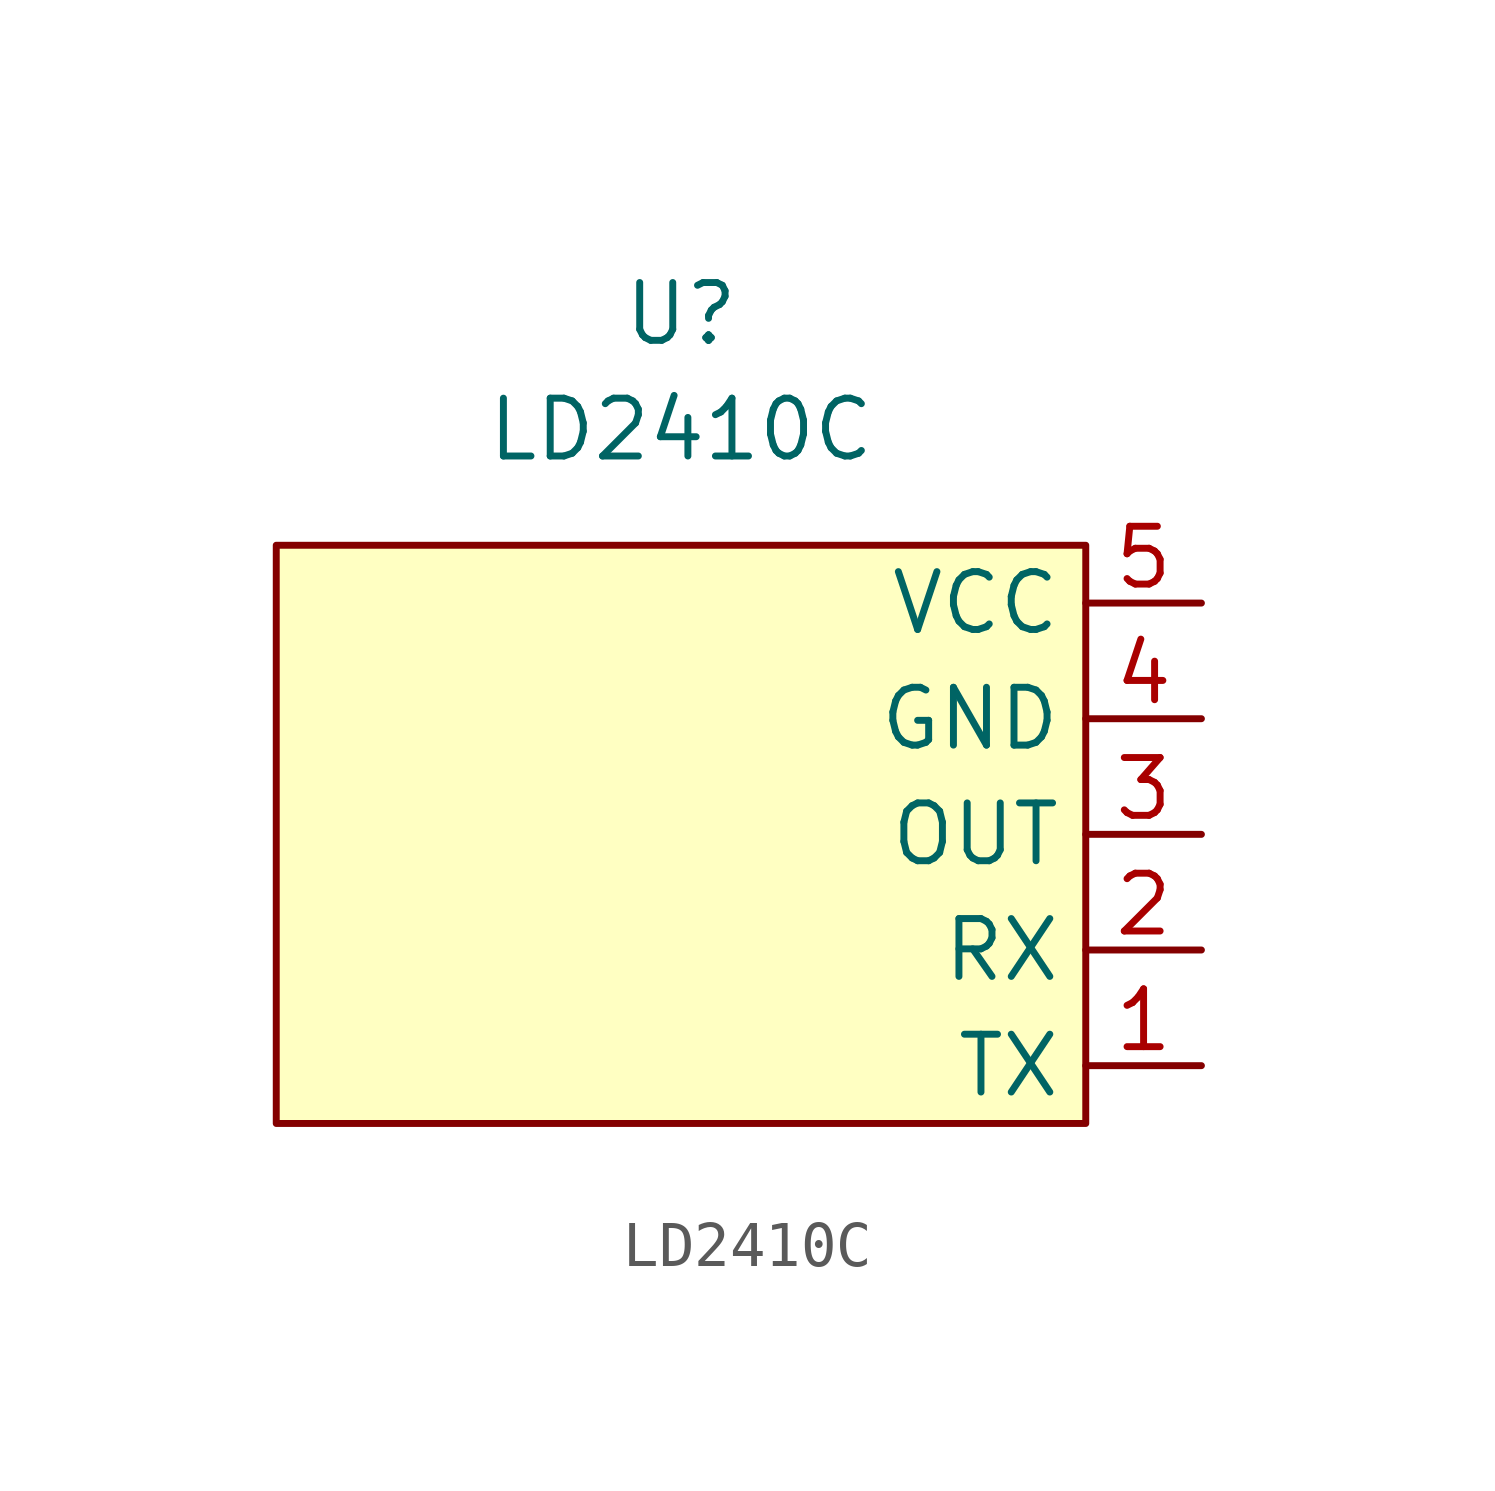
<source format=kicad_sym>
(kicad_symbol_lib
  (version 20241209)
  (generator "kicad_symbol_editor")
  (generator_version "9.0")
  (symbol "LD2410C"
    (property "Reference" "U"
      (at 0 5.08 0)
      (effects (font (size 1.27 1.27))))
    (property "Value" "LD2410C"
      (at 0 2.54 0)
      (effects (font (size 1.27 1.27))))
    (symbol "LD2410C_0_1"
      (rectangle (start -8.89 0) (end 8.89 -12.7) (stroke (width 0) (type default)) (fill (type background))))
    (symbol "LD2410C_1_1"
      (pin power_in line (at 11.43 -1.27 180) (length 2.54) (name "VCC" (effects (font (size 1.27 1.27)))) (number "5" (effects (font (size 1.27 1.27)))))
      (pin power_in line (at 11.43 -3.81 180) (length 2.54) (name "GND" (effects (font (size 1.27 1.27)))) (number "4" (effects (font (size 1.27 1.27)))))
      (pin output line (at 11.43 -6.35 180) (length 2.54) (name "OUT" (effects (font (size 1.27 1.27)))) (number "3" (effects (font (size 1.27 1.27)))))
      (pin input line (at 11.43 -8.89 180) (length 2.54) (name "RX" (effects (font (size 1.27 1.27)))) (number "2" (effects (font (size 1.27 1.27)))))
      (pin output line (at 11.43 -11.43 180) (length 2.54) (name "TX" (effects (font (size 1.27 1.27)))) (number "1" (effects (font (size 1.27 1.27))))))))
</source>
